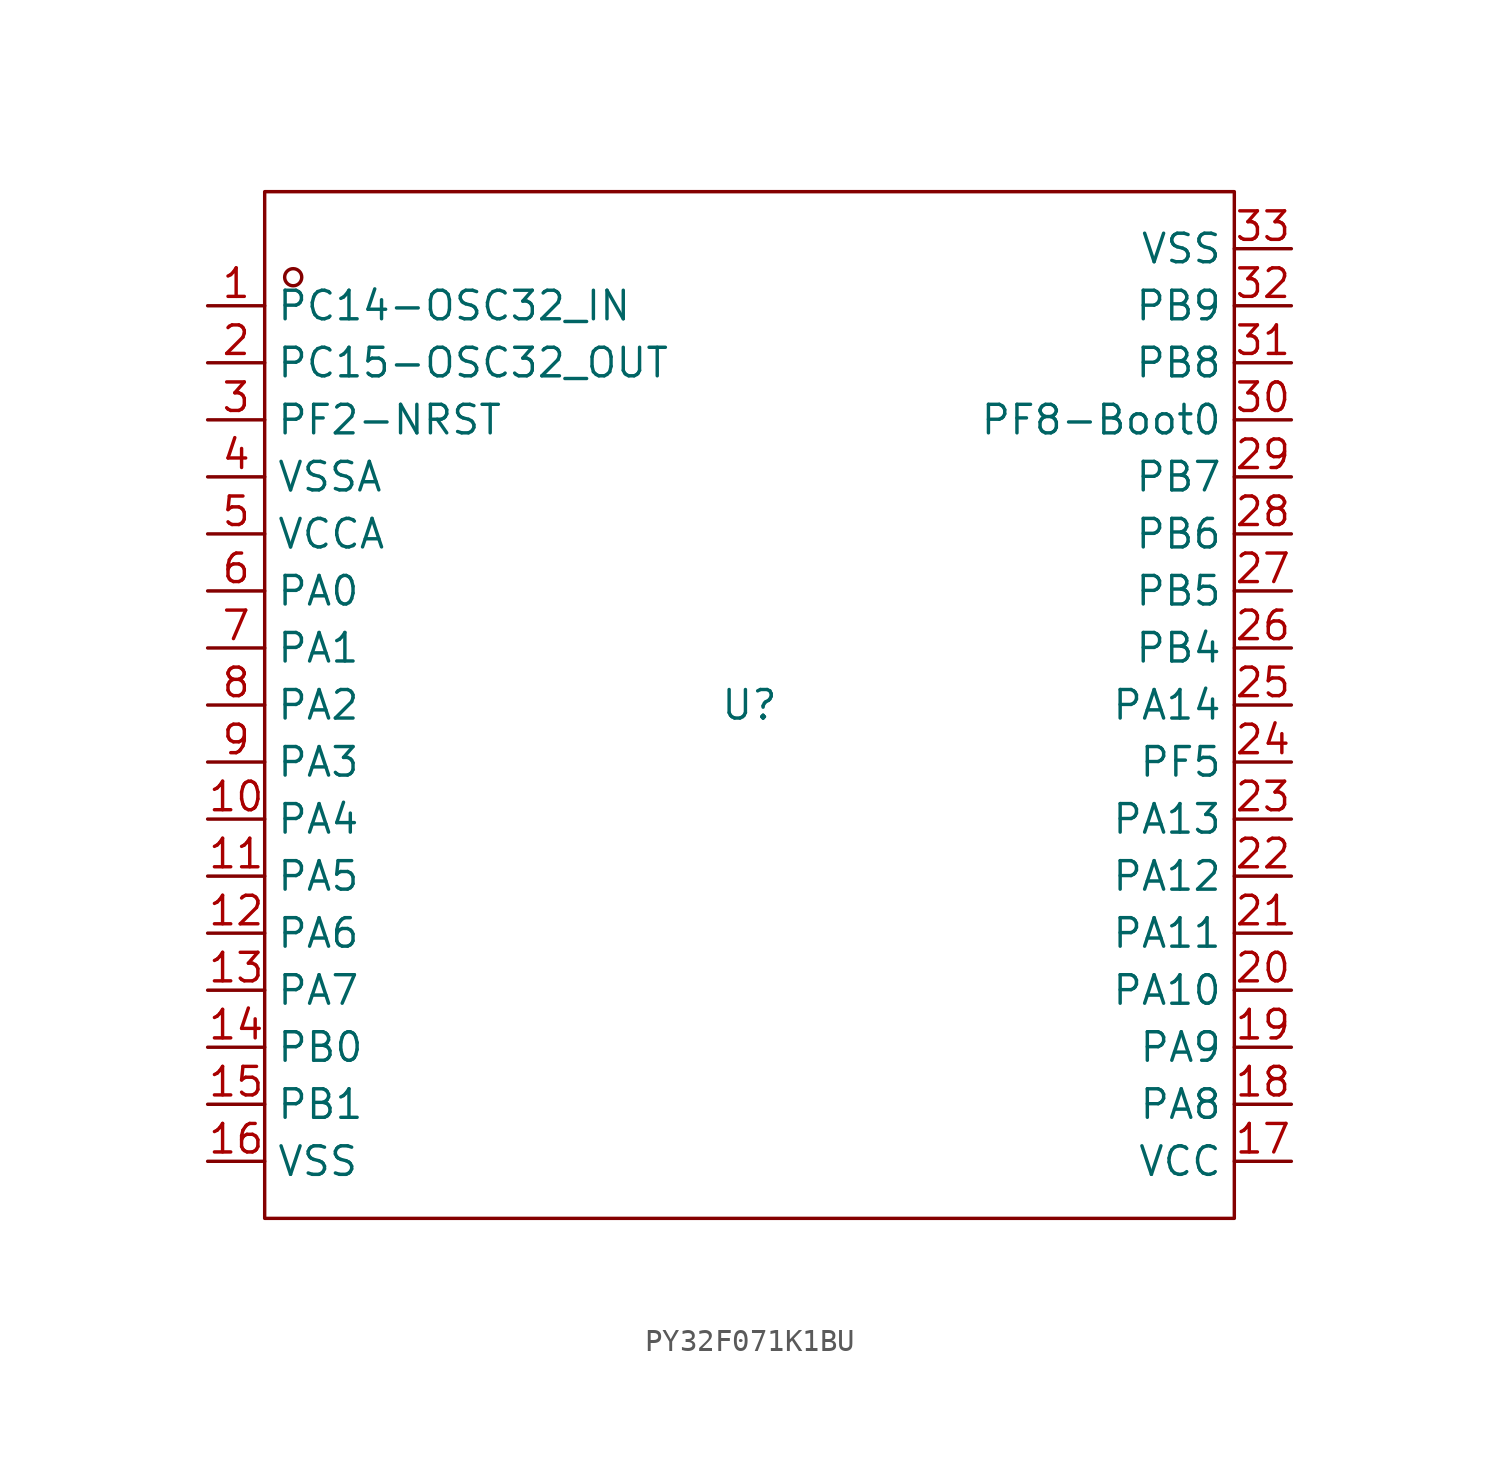
<source format=kicad_sym>
(kicad_symbol_lib
  (version 20231120)
  (generator "kicad_symbol_editor")
  (generator_version "8.0")
  (symbol "PY32F071K1BU"
    (property "Reference" "U"
      (at 0 0 0)
      (effects (font (size 1.27 1.27))))
    (property "Value" ""
      (at 0 0 0)
      (effects (font (size 1.27 1.27))))
    (symbol "PY32F071K1BU_1_0"
      (rectangle (start -21.59 -22.86) (end 21.59 22.86) (stroke (width 0) (type default)) (fill (type none)))
      (circle (center -20.32 19.05) (radius 0.381) (stroke (width 0) (type default)) (fill (type none)))
      (pin unspecified line (at -24.13 17.78 0) (length 2.54) (name "PC14-OSC32_IN" (effects (font (size 1.27 1.27)))) (number "1" (effects (font (size 1.27 1.27)))))
      (pin unspecified line (at -24.13 -5.08 0) (length 2.54) (name "PA4" (effects (font (size 1.27 1.27)))) (number "10" (effects (font (size 1.27 1.27)))))
      (pin unspecified line (at -24.13 -7.62 0) (length 2.54) (name "PA5" (effects (font (size 1.27 1.27)))) (number "11" (effects (font (size 1.27 1.27)))))
      (pin unspecified line (at -24.13 -10.16 0) (length 2.54) (name "PA6" (effects (font (size 1.27 1.27)))) (number "12" (effects (font (size 1.27 1.27)))))
      (pin unspecified line (at -24.13 -12.7 0) (length 2.54) (name "PA7" (effects (font (size 1.27 1.27)))) (number "13" (effects (font (size 1.27 1.27)))))
      (pin unspecified line (at -24.13 -15.24 0) (length 2.54) (name "PB0" (effects (font (size 1.27 1.27)))) (number "14" (effects (font (size 1.27 1.27)))))
      (pin unspecified line (at -24.13 -17.78 0) (length 2.54) (name "PB1" (effects (font (size 1.27 1.27)))) (number "15" (effects (font (size 1.27 1.27)))))
      (pin unspecified line (at -24.13 -20.32 0) (length 2.54) (name "VSS" (effects (font (size 1.27 1.27)))) (number "16" (effects (font (size 1.27 1.27)))))
      (pin unspecified line (at 24.13 -20.32 180) (length 2.54) (name "VCC" (effects (font (size 1.27 1.27)))) (number "17" (effects (font (size 1.27 1.27)))))
      (pin unspecified line (at 24.13 -17.78 180) (length 2.54) (name "PA8" (effects (font (size 1.27 1.27)))) (number "18" (effects (font (size 1.27 1.27)))))
      (pin unspecified line (at 24.13 -15.24 180) (length 2.54) (name "PA9" (effects (font (size 1.27 1.27)))) (number "19" (effects (font (size 1.27 1.27)))))
      (pin unspecified line (at -24.13 15.24 0) (length 2.54) (name "PC15-OSC32_OUT" (effects (font (size 1.27 1.27)))) (number "2" (effects (font (size 1.27 1.27)))))
      (pin unspecified line (at 24.13 -12.7 180) (length 2.54) (name "PA10" (effects (font (size 1.27 1.27)))) (number "20" (effects (font (size 1.27 1.27)))))
      (pin unspecified line (at 24.13 -10.16 180) (length 2.54) (name "PA11" (effects (font (size 1.27 1.27)))) (number "21" (effects (font (size 1.27 1.27)))))
      (pin unspecified line (at 24.13 -7.62 180) (length 2.54) (name "PA12" (effects (font (size 1.27 1.27)))) (number "22" (effects (font (size 1.27 1.27)))))
      (pin unspecified line (at 24.13 -5.08 180) (length 2.54) (name "PA13" (effects (font (size 1.27 1.27)))) (number "23" (effects (font (size 1.27 1.27)))))
      (pin unspecified line (at 24.13 -2.54 180) (length 2.54) (name "PF5" (effects (font (size 1.27 1.27)))) (number "24" (effects (font (size 1.27 1.27)))))
      (pin unspecified line (at 24.13 0 180) (length 2.54) (name "PA14" (effects (font (size 1.27 1.27)))) (number "25" (effects (font (size 1.27 1.27)))))
      (pin unspecified line (at 24.13 2.54 180) (length 2.54) (name "PB4" (effects (font (size 1.27 1.27)))) (number "26" (effects (font (size 1.27 1.27)))))
      (pin unspecified line (at 24.13 5.08 180) (length 2.54) (name "PB5" (effects (font (size 1.27 1.27)))) (number "27" (effects (font (size 1.27 1.27)))))
      (pin unspecified line (at 24.13 7.62 180) (length 2.54) (name "PB6" (effects (font (size 1.27 1.27)))) (number "28" (effects (font (size 1.27 1.27)))))
      (pin unspecified line (at 24.13 10.16 180) (length 2.54) (name "PB7" (effects (font (size 1.27 1.27)))) (number "29" (effects (font (size 1.27 1.27)))))
      (pin unspecified line (at -24.13 12.7 0) (length 2.54) (name "PF2-NRST" (effects (font (size 1.27 1.27)))) (number "3" (effects (font (size 1.27 1.27)))))
      (pin unspecified line (at 24.13 12.7 180) (length 2.54) (name "PF8-Boot0" (effects (font (size 1.27 1.27)))) (number "30" (effects (font (size 1.27 1.27)))))
      (pin unspecified line (at 24.13 15.24 180) (length 2.54) (name "PB8" (effects (font (size 1.27 1.27)))) (number "31" (effects (font (size 1.27 1.27)))))
      (pin unspecified line (at 24.13 17.78 180) (length 2.54) (name "PB9" (effects (font (size 1.27 1.27)))) (number "32" (effects (font (size 1.27 1.27)))))
      (pin unspecified line (at 24.13 20.32 180) (length 2.54) (name "VSS" (effects (font (size 1.27 1.27)))) (number "33" (effects (font (size 1.27 1.27)))))
      (pin unspecified line (at -24.13 10.16 0) (length 2.54) (name "VSSA" (effects (font (size 1.27 1.27)))) (number "4" (effects (font (size 1.27 1.27)))))
      (pin unspecified line (at -24.13 7.62 0) (length 2.54) (name "VCCA" (effects (font (size 1.27 1.27)))) (number "5" (effects (font (size 1.27 1.27)))))
      (pin unspecified line (at -24.13 5.08 0) (length 2.54) (name "PA0" (effects (font (size 1.27 1.27)))) (number "6" (effects (font (size 1.27 1.27)))))
      (pin unspecified line (at -24.13 2.54 0) (length 2.54) (name "PA1" (effects (font (size 1.27 1.27)))) (number "7" (effects (font (size 1.27 1.27)))))
      (pin unspecified line (at -24.13 0 0) (length 2.54) (name "PA2" (effects (font (size 1.27 1.27)))) (number "8" (effects (font (size 1.27 1.27)))))
      (pin unspecified line (at -24.13 -2.54 0) (length 2.54) (name "PA3" (effects (font (size 1.27 1.27)))) (number "9" (effects (font (size 1.27 1.27))))))))
</source>
